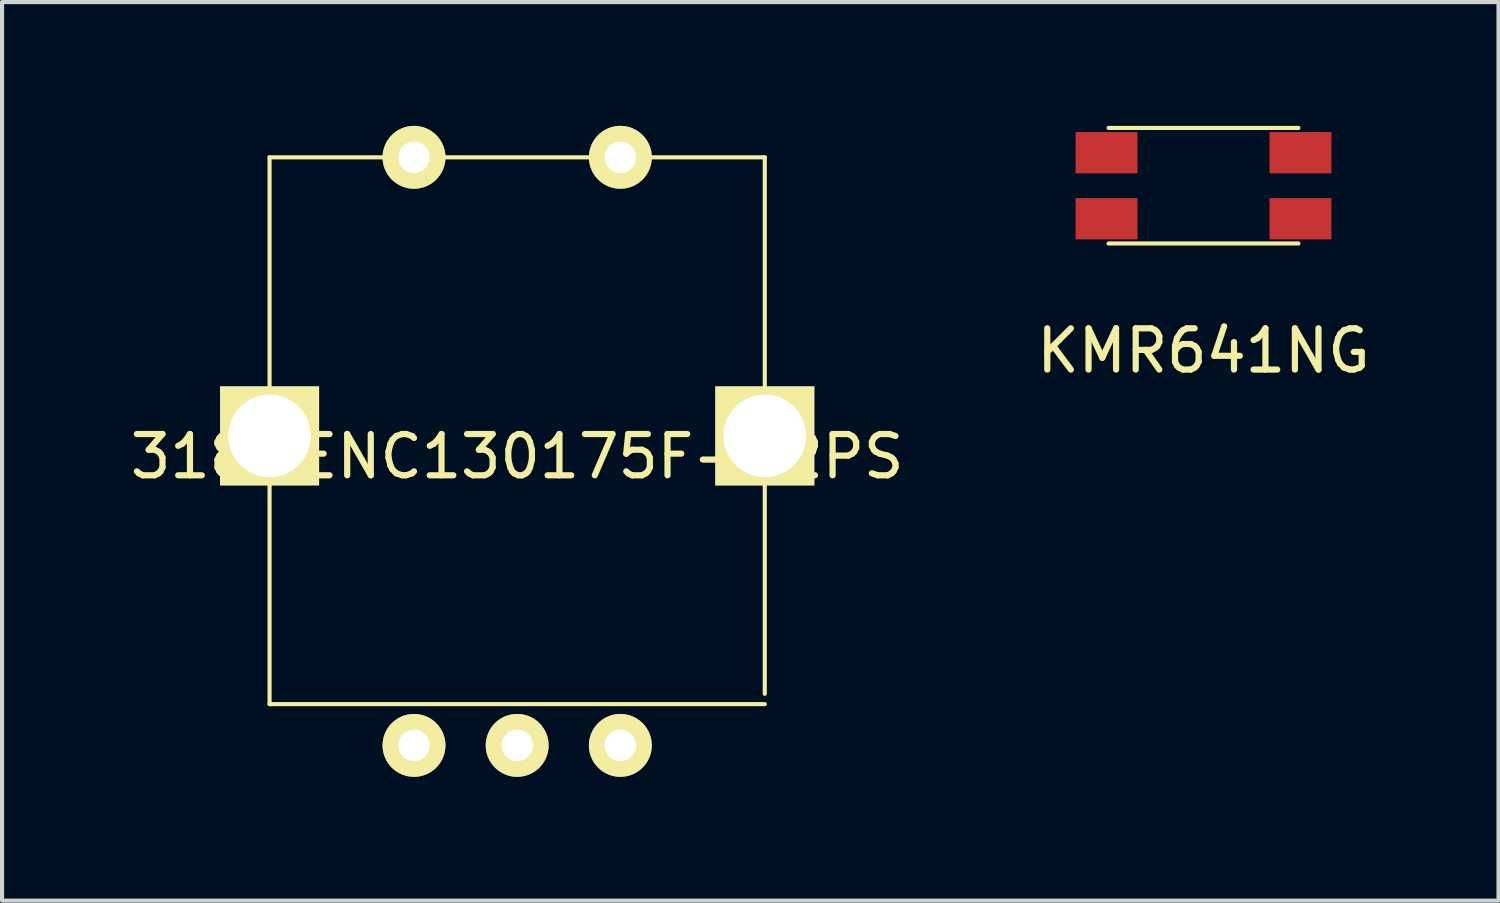
<source format=kicad_pcb>
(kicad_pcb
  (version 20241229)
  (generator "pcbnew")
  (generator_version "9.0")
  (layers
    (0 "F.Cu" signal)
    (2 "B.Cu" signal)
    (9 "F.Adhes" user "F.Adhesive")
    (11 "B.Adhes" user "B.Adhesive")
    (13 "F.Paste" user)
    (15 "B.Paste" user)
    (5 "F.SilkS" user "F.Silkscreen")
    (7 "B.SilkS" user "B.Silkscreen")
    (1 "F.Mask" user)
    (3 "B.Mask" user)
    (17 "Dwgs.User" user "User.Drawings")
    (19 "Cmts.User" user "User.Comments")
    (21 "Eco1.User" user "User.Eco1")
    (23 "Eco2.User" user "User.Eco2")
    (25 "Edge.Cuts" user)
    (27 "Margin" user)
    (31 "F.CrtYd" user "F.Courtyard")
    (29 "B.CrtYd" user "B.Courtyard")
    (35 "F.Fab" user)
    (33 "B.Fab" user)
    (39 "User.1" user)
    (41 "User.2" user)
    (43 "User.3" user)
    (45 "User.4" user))
  (footprint "318-ENC130175F-12PS"
    (layer "F.Cu")
    (at 9.482 7.512)
    (property "Reference" "318-ENC130175F-12PS" (at 0 0.5 0) (layer "F.SilkS") (effects (font (size 1 1) (thickness 0.15))))
    (attr through_hole)
    (fp_line (start -6 -6.75) (end -6 6.5) (stroke (width 0.1) (type solid)) (layer "F.SilkS"))
    (fp_line (start -6 -6.75) (end 6 -6.75) (stroke (width 0.1) (type solid)) (layer "F.SilkS"))
    (fp_line (start -6 6.5) (end 6 6.5) (stroke (width 0.1) (type solid)) (layer "F.SilkS"))
    (fp_line (start 6 -6.75) (end 6 6.25) (stroke (width 0.1) (type solid)) (layer "F.SilkS"))
    (pad "" np_thru_hole rect (at -6 0) (size 2.4 2.4) (drill 2) (layers "*.Cu" "*.Mask" "F.SilkS"))
    (pad "" np_thru_hole rect (at 6 0) (size 2.4 2.4) (drill 2) (layers "*.Cu" "*.Mask" "F.SilkS"))
    (pad "1" thru_hole circle (at -2.5 7.5) (size 1.524 1.524) (drill 0.762) (layers "*.Cu" "*.Mask" "F.SilkS"))
    (pad "2" thru_hole circle (at 0 7.5) (size 1.524 1.524) (drill 0.762) (layers "*.Cu" "*.Mask" "F.SilkS"))
    (pad "3" thru_hole circle (at 2.5 7.5) (size 1.524 1.524) (drill 0.762) (layers "*.Cu" "*.Mask" "F.SilkS"))
    (pad "4" thru_hole circle (at -2.5 -6.75) (size 1.524 1.524) (drill 0.762) (layers "*.Cu" "*.Mask" "F.SilkS"))
    (pad "5" thru_hole circle (at 2.5 -6.75) (size 1.524 1.524) (drill 0.762) (layers "*.Cu" "*.Mask" "F.SilkS")))
  (footprint "KMR641NG"
    (layer "F.Cu")
    (at 26.113 1.45)
    (property "Reference" "KMR641NG" (at 0 4 0) (layer "F.SilkS") (effects (font (size 1 1) (thickness 0.15))))
    (attr through_hole)
    (fp_line (start -2.3 -1.4) (end 2.3 -1.4) (stroke (width 0.1) (type solid)) (layer "F.SilkS"))
    (fp_line (start -2.3 1.4) (end 2.3 1.4) (stroke (width 0.1) (type solid)) (layer "F.SilkS"))
    (pad "1" smd rect (at -2.35 -0.8) (size 1.5 1) (layers "F.Cu" "F.Mask" "F.Paste"))
    (pad "2" smd rect (at -2.35 0.8) (size 1.5 1) (layers "F.Cu" "F.Mask" "F.Paste"))
    (pad "3" smd rect (at 2.35 -0.8) (size 1.5 1) (layers "F.Cu" "F.Mask" "F.Paste"))
    (pad "4" smd rect (at 2.35 0.8) (size 1.5 1) (layers "F.Cu" "F.Mask" "F.Paste")))
  (gr_rect
    (start -3 -3)
    (end 33.262 18.774)
    (stroke (width 0.1) (type default))
    (fill no)
    (layer "Edge.Cuts")))
</source>
